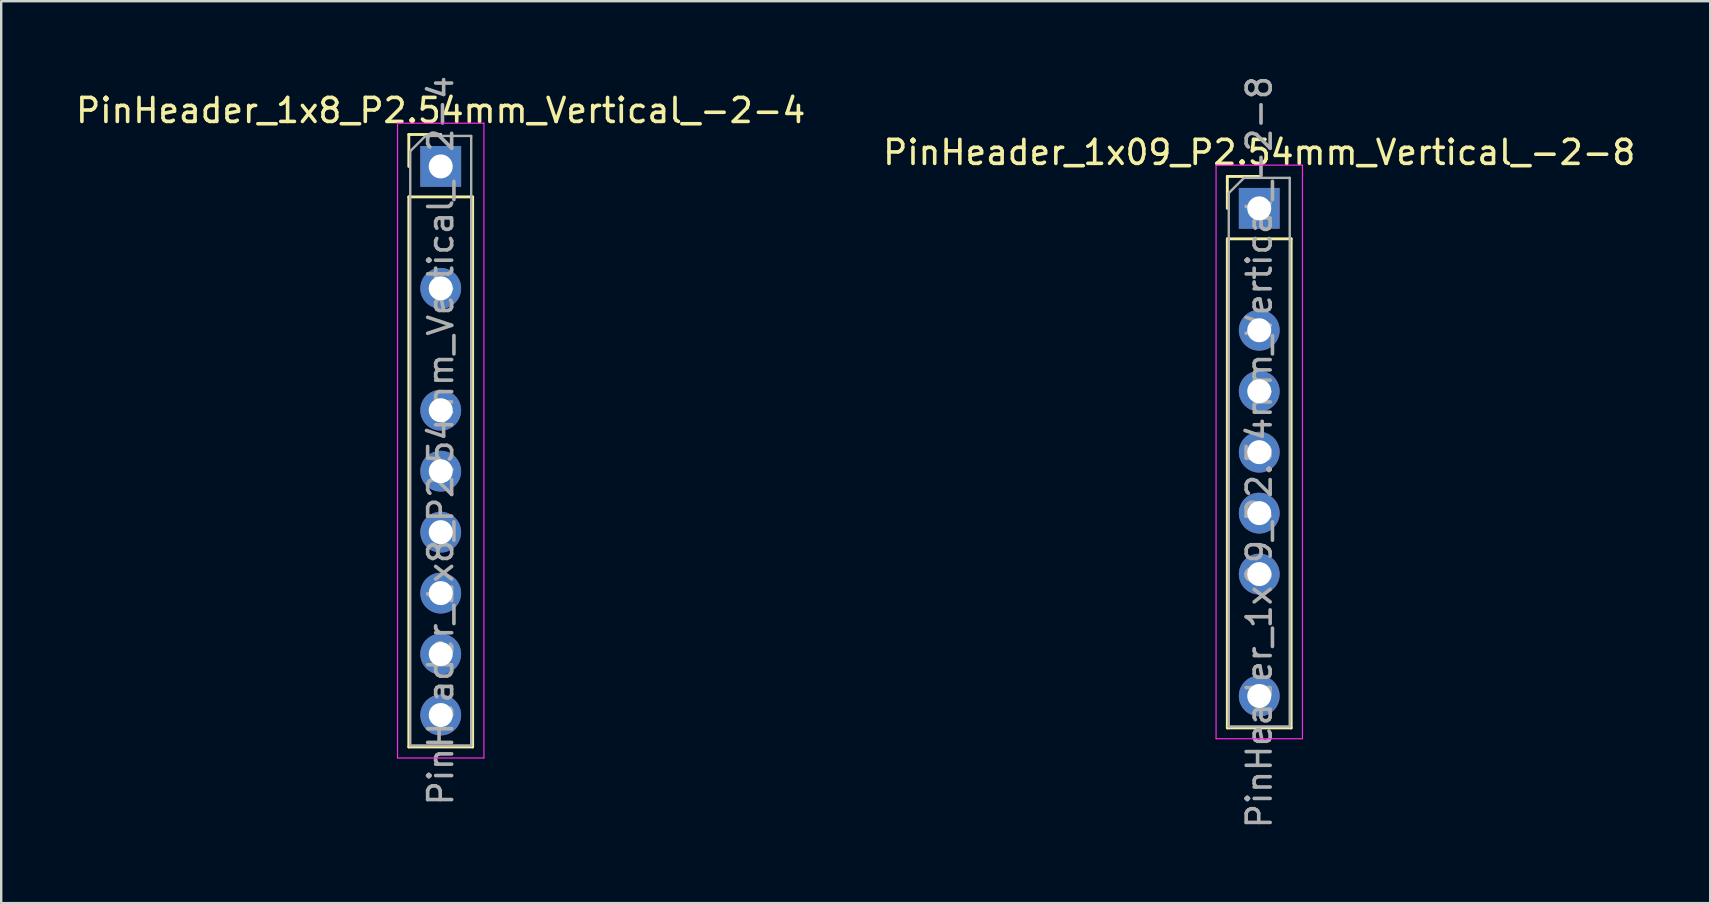
<source format=kicad_pcb>
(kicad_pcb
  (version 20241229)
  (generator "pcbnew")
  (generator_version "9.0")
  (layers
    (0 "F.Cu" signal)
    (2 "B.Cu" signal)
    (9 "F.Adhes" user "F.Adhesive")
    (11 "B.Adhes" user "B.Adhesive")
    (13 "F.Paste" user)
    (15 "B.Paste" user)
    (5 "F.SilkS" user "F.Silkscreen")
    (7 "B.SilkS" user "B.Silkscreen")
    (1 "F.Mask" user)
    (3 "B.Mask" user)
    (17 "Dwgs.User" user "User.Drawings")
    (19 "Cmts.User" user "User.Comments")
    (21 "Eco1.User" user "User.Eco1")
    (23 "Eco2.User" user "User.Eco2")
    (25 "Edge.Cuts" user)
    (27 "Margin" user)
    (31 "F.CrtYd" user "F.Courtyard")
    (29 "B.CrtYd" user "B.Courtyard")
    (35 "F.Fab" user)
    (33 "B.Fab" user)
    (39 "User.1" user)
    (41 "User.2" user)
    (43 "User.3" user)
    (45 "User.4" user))
  (footprint "PinHeader_1x8_P2.54mm_Vertical_-2-4"
    (layer "F.Cu")
    (at 15.315 3.885)
    (property "Reference" "PinHeader_1x8_P2.54mm_Vertical_-2-4" (at 0 -2.33 0) (layer "F.SilkS") (effects (font (size 1 1) (thickness 0.15))))
    (attr through_hole)
    (fp_line (start -1.33 -1.33) (end 0 -1.33) (stroke (width 0.12) (type solid)) (layer "F.SilkS"))
    (fp_line (start -1.33 0) (end -1.33 -1.33) (stroke (width 0.12) (type solid)) (layer "F.SilkS"))
    (fp_line (start -1.33 1.27) (end -1.33 24.19) (stroke (width 0.12) (type solid)) (layer "F.SilkS"))
    (fp_line (start -1.33 1.27) (end 1.33 1.27) (stroke (width 0.12) (type solid)) (layer "F.SilkS"))
    (fp_line (start -1.33 24.19) (end 1.33 24.19) (stroke (width 0.12) (type solid)) (layer "F.SilkS"))
    (fp_line (start 1.33 1.27) (end 1.33 24.19) (stroke (width 0.12) (type solid)) (layer "F.SilkS"))
    (fp_line (start -1.8 -1.8) (end -1.8 24.65) (stroke (width 0.05) (type solid)) (layer "F.CrtYd"))
    (fp_line (start -1.8 24.65) (end 1.8 24.65) (stroke (width 0.05) (type solid)) (layer "F.CrtYd"))
    (fp_line (start 1.8 -1.8) (end -1.8 -1.8) (stroke (width 0.05) (type solid)) (layer "F.CrtYd"))
    (fp_line (start 1.8 24.65) (end 1.8 -1.8) (stroke (width 0.05) (type solid)) (layer "F.CrtYd"))
    (fp_line (start -1.27 -0.635) (end -0.635 -1.27) (stroke (width 0.1) (type solid)) (layer "F.Fab"))
    (fp_line (start -1.27 24.13) (end -1.27 -0.635) (stroke (width 0.1) (type solid)) (layer "F.Fab"))
    (fp_line (start -0.635 -1.27) (end 1.27 -1.27) (stroke (width 0.1) (type solid)) (layer "F.Fab"))
    (fp_line (start 1.27 -1.27) (end 1.27 24.13) (stroke (width 0.1) (type solid)) (layer "F.Fab"))
    (fp_line (start 1.27 24.13) (end -1.27 24.13) (stroke (width 0.1) (type solid)) (layer "F.Fab"))
    (fp_text user "${REFERENCE}" (at 0 11.43 90) (layer "F.Fab") (effects (font (size 1 1) (thickness 0.15))))
    (pad "1" thru_hole rect (at 0 0) (size 1.7 1.7) (drill 1) (layers "*.Cu" "*.Mask"))
    (pad "3" thru_hole oval (at 0 5.08) (size 1.7 1.7) (drill 1) (layers "*.Cu" "*.Mask"))
    (pad "5" thru_hole oval (at 0 10.16) (size 1.7 1.7) (drill 1) (layers "*.Cu" "*.Mask"))
    (pad "6" thru_hole oval (at 0 12.7) (size 1.7 1.7) (drill 1) (layers "*.Cu" "*.Mask"))
    (pad "7" thru_hole oval (at 0 15.24) (size 1.7 1.7) (drill 1) (layers "*.Cu" "*.Mask"))
    (pad "8" thru_hole oval (at 0 17.78) (size 1.7 1.7) (drill 1) (layers "*.Cu" "*.Mask"))
    (pad "9" thru_hole oval (at 0 20.32) (size 1.7 1.7) (drill 1) (layers "*.Cu" "*.Mask"))
    (pad "10" thru_hole oval (at 0 22.86) (size 1.7 1.7) (drill 1) (layers "*.Cu" "*.Mask")))
  (footprint "PinHeader_1x09_P2.54mm_Vertical_-2-8"
    (layer "F.Cu")
    (at 49.423 5.632)
    (property "Reference" "PinHeader_1x09_P2.54mm_Vertical_-2-8" (at 0 -2.33 0) (layer "F.SilkS") (effects (font (size 1 1) (thickness 0.15))))
    (attr through_hole)
    (fp_line (start -1.33 -1.33) (end 0 -1.33) (stroke (width 0.12) (type solid)) (layer "F.SilkS"))
    (fp_line (start -1.33 0) (end -1.33 -1.33) (stroke (width 0.12) (type solid)) (layer "F.SilkS"))
    (fp_line (start -1.33 1.27) (end -1.33 21.65) (stroke (width 0.12) (type solid)) (layer "F.SilkS"))
    (fp_line (start -1.33 1.27) (end 1.33 1.27) (stroke (width 0.12) (type solid)) (layer "F.SilkS"))
    (fp_line (start -1.33 21.65) (end 1.33 21.65) (stroke (width 0.12) (type solid)) (layer "F.SilkS"))
    (fp_line (start 1.33 1.27) (end 1.33 21.65) (stroke (width 0.12) (type solid)) (layer "F.SilkS"))
    (fp_line (start -1.8 -1.8) (end -1.8 22.1) (stroke (width 0.05) (type solid)) (layer "F.CrtYd"))
    (fp_line (start -1.8 22.1) (end 1.8 22.1) (stroke (width 0.05) (type solid)) (layer "F.CrtYd"))
    (fp_line (start 1.8 -1.8) (end -1.8 -1.8) (stroke (width 0.05) (type solid)) (layer "F.CrtYd"))
    (fp_line (start 1.8 22.1) (end 1.8 -1.8) (stroke (width 0.05) (type solid)) (layer "F.CrtYd"))
    (fp_line (start -1.27 -0.635) (end -0.635 -1.27) (stroke (width 0.1) (type solid)) (layer "F.Fab"))
    (fp_line (start -1.27 21.59) (end -1.27 -0.635) (stroke (width 0.1) (type solid)) (layer "F.Fab"))
    (fp_line (start -0.635 -1.27) (end 1.27 -1.27) (stroke (width 0.1) (type solid)) (layer "F.Fab"))
    (fp_line (start 1.27 -1.27) (end 1.27 21.59) (stroke (width 0.1) (type solid)) (layer "F.Fab"))
    (fp_line (start 1.27 21.59) (end -1.27 21.59) (stroke (width 0.1) (type solid)) (layer "F.Fab"))
    (fp_text user "${REFERENCE}" (at 0 10.16 90) (layer "F.Fab") (effects (font (size 1 1) (thickness 0.15))))
    (pad "1" thru_hole rect (at 0 0) (size 1.7 1.7) (drill 1) (layers "*.Cu" "*.Mask"))
    (pad "3" thru_hole oval (at 0 5.08) (size 1.7 1.7) (drill 1) (layers "*.Cu" "*.Mask"))
    (pad "4" thru_hole oval (at 0 7.62) (size 1.7 1.7) (drill 1) (layers "*.Cu" "*.Mask"))
    (pad "5" thru_hole oval (at 0 10.16) (size 1.7 1.7) (drill 1) (layers "*.Cu" "*.Mask"))
    (pad "6" thru_hole oval (at 0 12.7) (size 1.7 1.7) (drill 1) (layers "*.Cu" "*.Mask"))
    (pad "7" thru_hole oval (at 0 15.24) (size 1.7 1.7) (drill 1) (layers "*.Cu" "*.Mask"))
    (pad "9" thru_hole oval (at 0 20.32) (size 1.7 1.7) (drill 1) (layers "*.Cu" "*.Mask")))
  (gr_rect
    (start -3 -3)
    (end 68.214 34.583)
    (stroke (width 0.1) (type default))
    (fill no)
    (layer "Edge.Cuts")))
</source>
